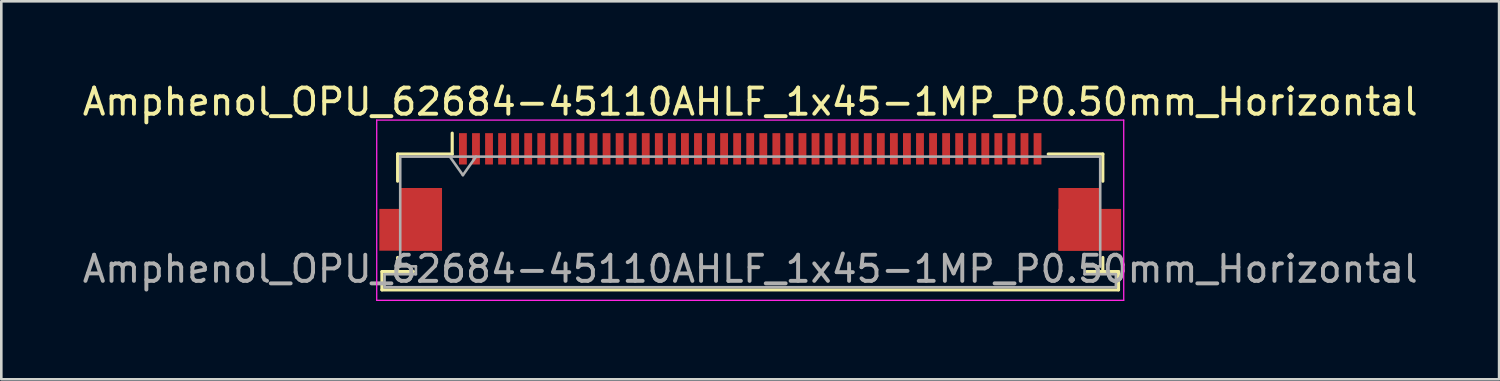
<source format=kicad_pcb>
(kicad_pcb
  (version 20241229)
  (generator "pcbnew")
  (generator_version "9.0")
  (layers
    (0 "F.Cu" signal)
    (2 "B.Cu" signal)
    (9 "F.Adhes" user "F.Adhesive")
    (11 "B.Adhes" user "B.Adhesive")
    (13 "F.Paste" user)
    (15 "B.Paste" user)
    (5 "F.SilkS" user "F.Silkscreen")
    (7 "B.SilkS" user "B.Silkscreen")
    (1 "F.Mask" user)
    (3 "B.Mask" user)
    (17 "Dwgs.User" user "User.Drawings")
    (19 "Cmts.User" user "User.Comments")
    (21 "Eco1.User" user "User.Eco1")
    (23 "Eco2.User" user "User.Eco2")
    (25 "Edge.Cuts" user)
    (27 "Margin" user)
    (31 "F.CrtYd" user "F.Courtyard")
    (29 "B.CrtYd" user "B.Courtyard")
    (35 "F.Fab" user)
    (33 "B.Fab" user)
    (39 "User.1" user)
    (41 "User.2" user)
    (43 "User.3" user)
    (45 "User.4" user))
  (footprint "Amphenol_OPU_62684-45110AHLF_1x45-1MP_P0.50mm_Horizontal"
    (layer "F.Cu")
    (at 25.673 4.298)
    (property "Reference" "Amphenol_OPU_62684-45110AHLF_1x45-1MP_P0.50mm_Horizontal" (at 0 -3.45 0) (layer "F.SilkS") (effects (font (size 1 1) (thickness 0.15))))
    (attr smd)
    (fp_line (start -14.1 3.05) (end -14.1 3.75) (stroke (width 0.12) (type solid)) (layer "F.SilkS"))
    (fp_line (start -14.1 3.75) (end 14.1 3.75) (stroke (width 0.12) (type solid)) (layer "F.SilkS"))
    (fp_line (start -13.5 -1.45) (end -13.5 -0.41) (stroke (width 0.12) (type solid)) (layer "F.SilkS"))
    (fp_line (start -13.5 2.51) (end -13.5 3.05) (stroke (width 0.12) (type solid)) (layer "F.SilkS"))
    (fp_line (start -13.5 3.05) (end -12.9 3.05) (stroke (width 0.12) (type solid)) (layer "F.SilkS"))
    (fp_line (start -12.9 3.05) (end -14.1 3.05) (stroke (width 0.12) (type solid)) (layer "F.SilkS"))
    (fp_line (start -11.41 -1.45) (end -13.5 -1.45) (stroke (width 0.12) (type solid)) (layer "F.SilkS"))
    (fp_line (start -11.41 -1.45) (end -11.41 -2.25) (stroke (width 0.12) (type solid)) (layer "F.SilkS"))
    (fp_line (start 11.41 -1.45) (end 13.5 -1.45) (stroke (width 0.12) (type solid)) (layer "F.SilkS"))
    (fp_line (start 12.9 3.05) (end 13.5 3.05) (stroke (width 0.12) (type solid)) (layer "F.SilkS"))
    (fp_line (start 13.5 -1.45) (end 13.5 -0.41) (stroke (width 0.12) (type solid)) (layer "F.SilkS"))
    (fp_line (start 13.5 3.05) (end 13.5 2.51) (stroke (width 0.12) (type solid)) (layer "F.SilkS"))
    (fp_line (start 14.1 3.05) (end 12.9 3.05) (stroke (width 0.12) (type solid)) (layer "F.SilkS"))
    (fp_line (start 14.1 3.75) (end 14.1 3.05) (stroke (width 0.12) (type solid)) (layer "F.SilkS"))
    (fp_line (start -14.3 -2.75) (end -14.3 4.15) (stroke (width 0.05) (type solid)) (layer "F.CrtYd"))
    (fp_line (start -14.3 4.15) (end 14.3 4.15) (stroke (width 0.05) (type solid)) (layer "F.CrtYd"))
    (fp_line (start 14.3 -2.75) (end -14.3 -2.75) (stroke (width 0.05) (type solid)) (layer "F.CrtYd"))
    (fp_line (start 14.3 4.15) (end 14.3 -2.75) (stroke (width 0.05) (type solid)) (layer "F.CrtYd"))
    (fp_line (start -14 3.15) (end -14 3.65) (stroke (width 0.1) (type solid)) (layer "F.Fab"))
    (fp_line (start -14 3.65) (end 0 3.65) (stroke (width 0.1) (type solid)) (layer "F.Fab"))
    (fp_line (start -13.4 -1.35) (end -13.4 2.85) (stroke (width 0.1) (type solid)) (layer "F.Fab"))
    (fp_line (start -13.4 2.85) (end -12.8 2.85) (stroke (width 0.1) (type solid)) (layer "F.Fab"))
    (fp_line (start -12.8 2.85) (end -12.8 3.15) (stroke (width 0.1) (type solid)) (layer "F.Fab"))
    (fp_line (start -12.8 3.15) (end -14 3.15) (stroke (width 0.1) (type solid)) (layer "F.Fab"))
    (fp_line (start -11.5 -1.35) (end -11 -0.643) (stroke (width 0.1) (type solid)) (layer "F.Fab"))
    (fp_line (start -11 -0.643) (end -10.5 -1.35) (stroke (width 0.1) (type solid)) (layer "F.Fab"))
    (fp_line (start 0 -1.35) (end -13.4 -1.35) (stroke (width 0.1) (type solid)) (layer "F.Fab"))
    (fp_line (start 0 -1.35) (end 13.4 -1.35) (stroke (width 0.1) (type solid)) (layer "F.Fab"))
    (fp_line (start 12.8 2.85) (end 12.8 3.15) (stroke (width 0.1) (type solid)) (layer "F.Fab"))
    (fp_line (start 12.8 3.15) (end 14 3.15) (stroke (width 0.1) (type solid)) (layer "F.Fab"))
    (fp_line (start 13.4 -1.35) (end 13.4 2.85) (stroke (width 0.1) (type solid)) (layer "F.Fab"))
    (fp_line (start 13.4 2.85) (end 12.8 2.85) (stroke (width 0.1) (type solid)) (layer "F.Fab"))
    (fp_line (start 14 3.15) (end 14 3.65) (stroke (width 0.1) (type solid)) (layer "F.Fab"))
    (fp_line (start 14 3.65) (end 0 3.65) (stroke (width 0.1) (type solid)) (layer "F.Fab"))
    (fp_text user "${REFERENCE}" (at 0 2.95 0) (layer "F.Fab") (effects (font (size 1 1) (thickness 0.15))))
    (pad "1" smd rect (at -11 -1.65) (size 0.3 1.2) (layers "F.Cu" "F.Mask" "F.Paste"))
    (pad "2" smd rect (at -10.5 -1.65) (size 0.3 1.2) (layers "F.Cu" "F.Mask" "F.Paste"))
    (pad "3" smd rect (at -10 -1.65) (size 0.3 1.2) (layers "F.Cu" "F.Mask" "F.Paste"))
    (pad "4" smd rect (at -9.5 -1.65) (size 0.3 1.2) (layers "F.Cu" "F.Mask" "F.Paste"))
    (pad "5" smd rect (at -9 -1.65) (size 0.3 1.2) (layers "F.Cu" "F.Mask" "F.Paste"))
    (pad "6" smd rect (at -8.5 -1.65) (size 0.3 1.2) (layers "F.Cu" "F.Mask" "F.Paste"))
    (pad "7" smd rect (at -8 -1.65) (size 0.3 1.2) (layers "F.Cu" "F.Mask" "F.Paste"))
    (pad "8" smd rect (at -7.5 -1.65) (size 0.3 1.2) (layers "F.Cu" "F.Mask" "F.Paste"))
    (pad "9" smd rect (at -7 -1.65) (size 0.3 1.2) (layers "F.Cu" "F.Mask" "F.Paste"))
    (pad "10" smd rect (at -6.5 -1.65) (size 0.3 1.2) (layers "F.Cu" "F.Mask" "F.Paste"))
    (pad "11" smd rect (at -6 -1.65) (size 0.3 1.2) (layers "F.Cu" "F.Mask" "F.Paste"))
    (pad "12" smd rect (at -5.5 -1.65) (size 0.3 1.2) (layers "F.Cu" "F.Mask" "F.Paste"))
    (pad "13" smd rect (at -5 -1.65) (size 0.3 1.2) (layers "F.Cu" "F.Mask" "F.Paste"))
    (pad "14" smd rect (at -4.5 -1.65) (size 0.3 1.2) (layers "F.Cu" "F.Mask" "F.Paste"))
    (pad "15" smd rect (at -4 -1.65) (size 0.3 1.2) (layers "F.Cu" "F.Mask" "F.Paste"))
    (pad "16" smd rect (at -3.5 -1.65) (size 0.3 1.2) (layers "F.Cu" "F.Mask" "F.Paste"))
    (pad "17" smd rect (at -3 -1.65) (size 0.3 1.2) (layers "F.Cu" "F.Mask" "F.Paste"))
    (pad "18" smd rect (at -2.5 -1.65) (size 0.3 1.2) (layers "F.Cu" "F.Mask" "F.Paste"))
    (pad "19" smd rect (at -2 -1.65) (size 0.3 1.2) (layers "F.Cu" "F.Mask" "F.Paste"))
    (pad "20" smd rect (at -1.5 -1.65) (size 0.3 1.2) (layers "F.Cu" "F.Mask" "F.Paste"))
    (pad "21" smd rect (at -1 -1.65) (size 0.3 1.2) (layers "F.Cu" "F.Mask" "F.Paste"))
    (pad "22" smd rect (at -0.5 -1.65) (size 0.3 1.2) (layers "F.Cu" "F.Mask" "F.Paste"))
    (pad "23" smd rect (at 0 -1.65) (size 0.3 1.2) (layers "F.Cu" "F.Mask" "F.Paste"))
    (pad "24" smd rect (at 0.5 -1.65) (size 0.3 1.2) (layers "F.Cu" "F.Mask" "F.Paste"))
    (pad "25" smd rect (at 1 -1.65) (size 0.3 1.2) (layers "F.Cu" "F.Mask" "F.Paste"))
    (pad "26" smd rect (at 1.5 -1.65) (size 0.3 1.2) (layers "F.Cu" "F.Mask" "F.Paste"))
    (pad "27" smd rect (at 2 -1.65) (size 0.3 1.2) (layers "F.Cu" "F.Mask" "F.Paste"))
    (pad "28" smd rect (at 2.5 -1.65) (size 0.3 1.2) (layers "F.Cu" "F.Mask" "F.Paste"))
    (pad "29" smd rect (at 3 -1.65) (size 0.3 1.2) (layers "F.Cu" "F.Mask" "F.Paste"))
    (pad "30" smd rect (at 3.5 -1.65) (size 0.3 1.2) (layers "F.Cu" "F.Mask" "F.Paste"))
    (pad "31" smd rect (at 4 -1.65) (size 0.3 1.2) (layers "F.Cu" "F.Mask" "F.Paste"))
    (pad "32" smd rect (at 4.5 -1.65) (size 0.3 1.2) (layers "F.Cu" "F.Mask" "F.Paste"))
    (pad "33" smd rect (at 5 -1.65) (size 0.3 1.2) (layers "F.Cu" "F.Mask" "F.Paste"))
    (pad "34" smd rect (at 5.5 -1.65) (size 0.3 1.2) (layers "F.Cu" "F.Mask" "F.Paste"))
    (pad "35" smd rect (at 6 -1.65) (size 0.3 1.2) (layers "F.Cu" "F.Mask" "F.Paste"))
    (pad "36" smd rect (at 6.5 -1.65) (size 0.3 1.2) (layers "F.Cu" "F.Mask" "F.Paste"))
    (pad "37" smd rect (at 7 -1.65) (size 0.3 1.2) (layers "F.Cu" "F.Mask" "F.Paste"))
    (pad "38" smd rect (at 7.5 -1.65) (size 0.3 1.2) (layers "F.Cu" "F.Mask" "F.Paste"))
    (pad "39" smd rect (at 8 -1.65) (size 0.3 1.2) (layers "F.Cu" "F.Mask" "F.Paste"))
    (pad "40" smd rect (at 8.5 -1.65) (size 0.3 1.2) (layers "F.Cu" "F.Mask" "F.Paste"))
    (pad "41" smd rect (at 9 -1.65) (size 0.3 1.2) (layers "F.Cu" "F.Mask" "F.Paste"))
    (pad "42" smd rect (at 9.5 -1.65) (size 0.3 1.2) (layers "F.Cu" "F.Mask" "F.Paste"))
    (pad "43" smd rect (at 10 -1.65) (size 0.3 1.2) (layers "F.Cu" "F.Mask" "F.Paste"))
    (pad "44" smd rect (at 10.5 -1.65) (size 0.3 1.2) (layers "F.Cu" "F.Mask" "F.Paste"))
    (pad "45" smd rect (at 11 -1.65) (size 0.3 1.2) (layers "F.Cu" "F.Mask" "F.Paste"))
    (pad "MP" smd rect (at -13 1.45) (size 2.4 1.6) (layers "F.Cu" "F.Mask" "F.Paste"))
    (pad "MP" smd rect (at -12.6 1.05) (size 1.6 2.4) (layers "F.Cu" "F.Mask" "F.Paste"))
    (pad "MP" smd rect (at 12.6 1.05) (size 1.6 2.4) (layers "F.Cu" "F.Mask" "F.Paste"))
    (pad "MP" smd rect (at 13 1.45) (size 2.4 1.6) (layers "F.Cu" "F.Mask" "F.Paste")))
  (gr_rect
    (start -3 -3)
    (end 54.345 11.473)
    (stroke (width 0.1) (type default))
    (fill no)
    (layer "Edge.Cuts")))
</source>
